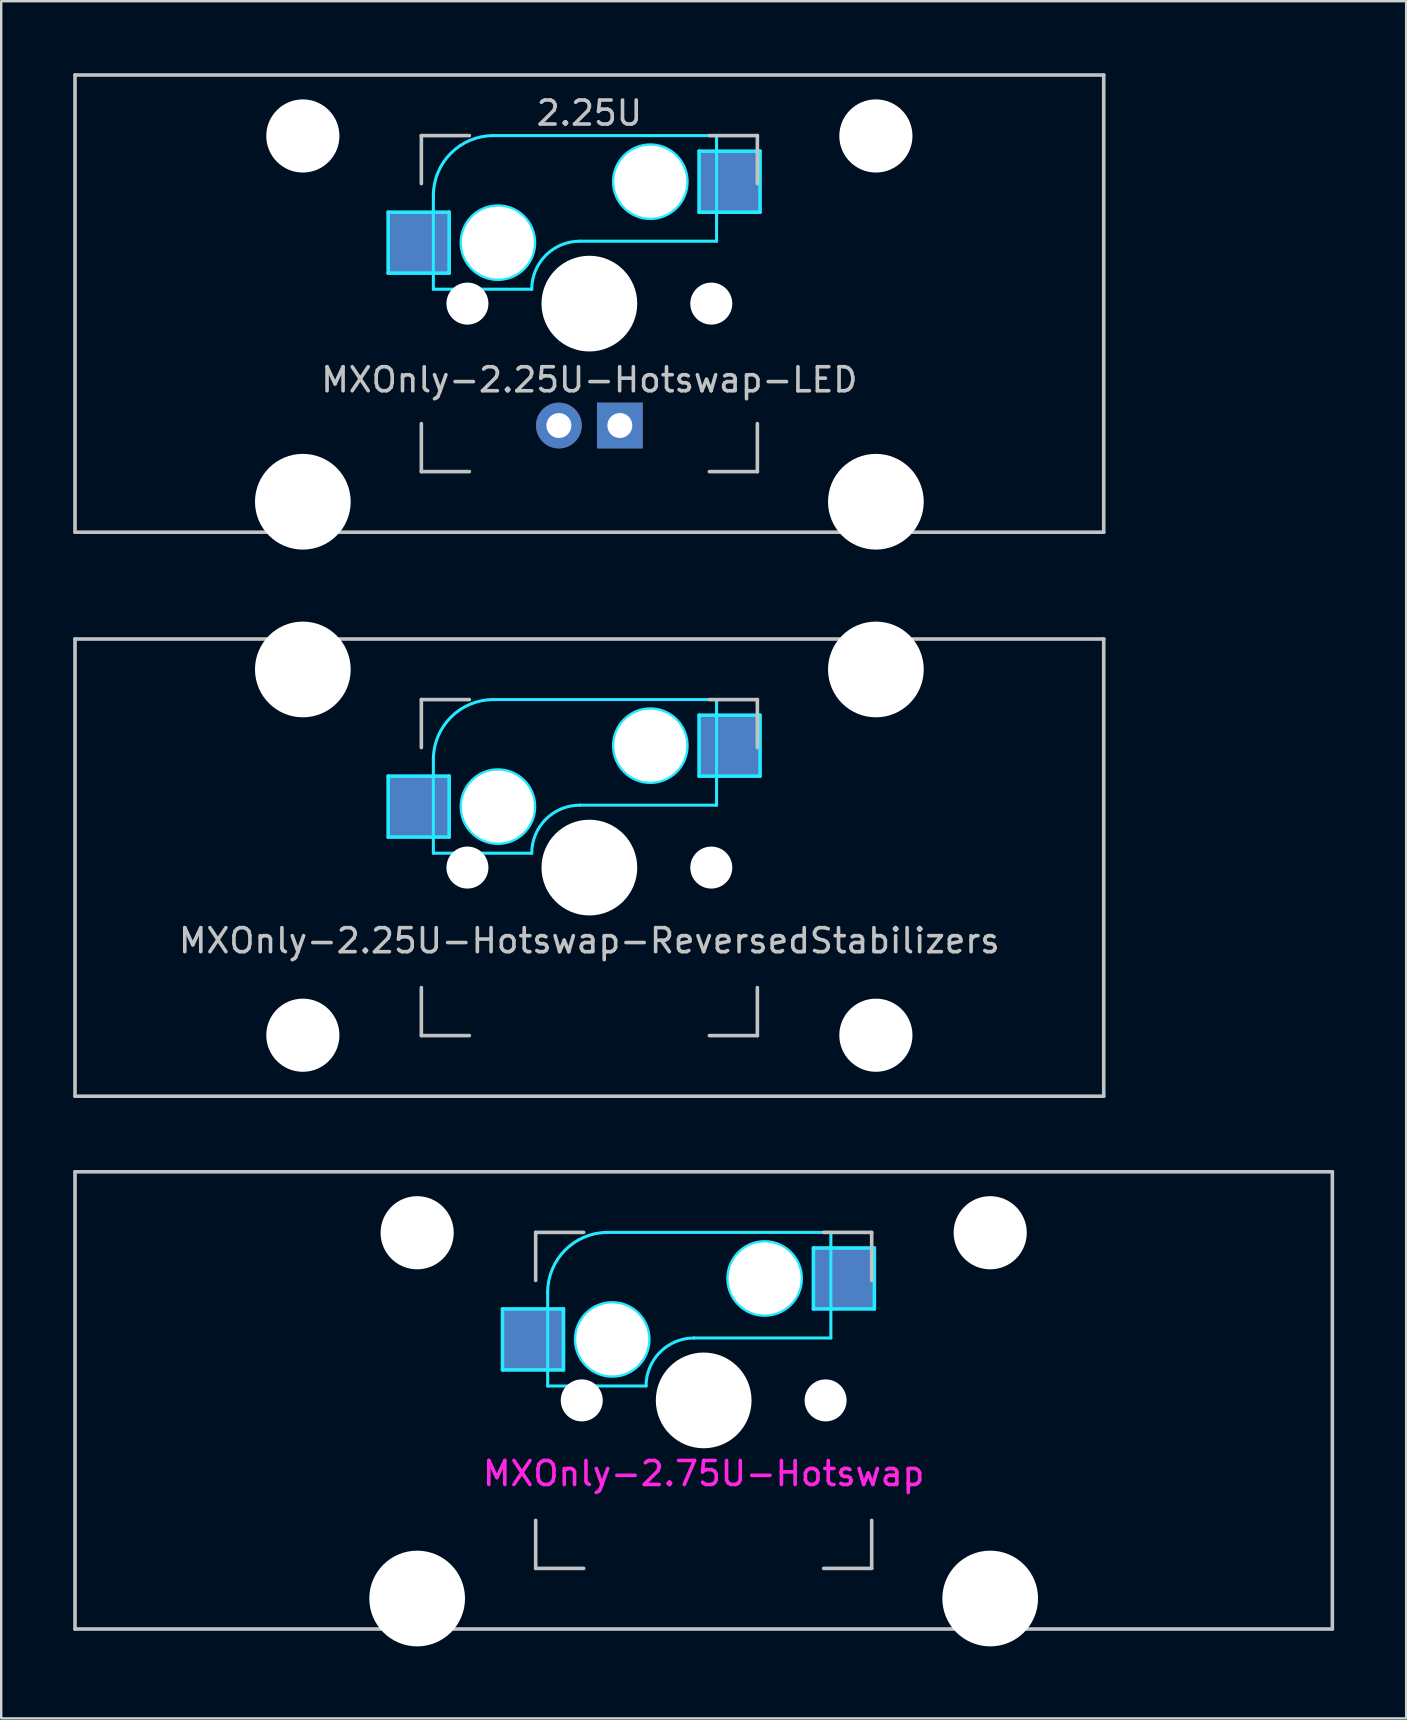
<source format=kicad_pcb>
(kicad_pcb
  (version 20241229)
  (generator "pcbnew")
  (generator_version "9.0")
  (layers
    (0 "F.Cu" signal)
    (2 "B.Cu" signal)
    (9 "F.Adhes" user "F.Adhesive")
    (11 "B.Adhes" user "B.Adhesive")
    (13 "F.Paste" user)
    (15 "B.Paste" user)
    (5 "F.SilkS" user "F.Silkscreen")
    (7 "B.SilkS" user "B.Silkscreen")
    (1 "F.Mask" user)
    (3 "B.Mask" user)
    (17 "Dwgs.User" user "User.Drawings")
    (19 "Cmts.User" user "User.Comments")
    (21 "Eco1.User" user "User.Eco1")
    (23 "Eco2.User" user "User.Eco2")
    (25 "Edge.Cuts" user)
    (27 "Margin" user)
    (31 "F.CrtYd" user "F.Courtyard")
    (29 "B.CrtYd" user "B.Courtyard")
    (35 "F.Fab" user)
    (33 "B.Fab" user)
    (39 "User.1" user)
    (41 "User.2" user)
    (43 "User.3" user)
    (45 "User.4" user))
  (footprint "MXOnly-2.75U-Hotswap"
    (layer "F.Cu")
    (at 26.269 55.298)
    (property "Reference" "MXOnly-2.75U-Hotswap" (at 0 3.048 0) (layer "F.CrtYd") (effects (font (size 1 1) (thickness 0.15))))
    (attr smd)
    (fp_line (start -26.194 -9.525) (end 26.194 -9.525) (stroke (width 0.15) (type solid)) (layer "Dwgs.User"))
    (fp_line (start -26.194 9.525) (end -26.194 -9.525) (stroke (width 0.15) (type solid)) (layer "Dwgs.User"))
    (fp_line (start -7 -7) (end -7 -5) (stroke (width 0.15) (type solid)) (layer "Dwgs.User"))
    (fp_line (start -7 5) (end -7 7) (stroke (width 0.15) (type solid)) (layer "Dwgs.User"))
    (fp_line (start -7 7) (end -5 7) (stroke (width 0.15) (type solid)) (layer "Dwgs.User"))
    (fp_line (start -5 -7) (end -7 -7) (stroke (width 0.15) (type solid)) (layer "Dwgs.User"))
    (fp_line (start 5 -7) (end 7 -7) (stroke (width 0.15) (type solid)) (layer "Dwgs.User"))
    (fp_line (start 5 7) (end 7 7) (stroke (width 0.15) (type solid)) (layer "Dwgs.User"))
    (fp_line (start 7 -7) (end 7 -5) (stroke (width 0.15) (type solid)) (layer "Dwgs.User"))
    (fp_line (start 7 7) (end 7 5) (stroke (width 0.15) (type solid)) (layer "Dwgs.User"))
    (fp_line (start 26.194 -9.525) (end 26.194 9.525) (stroke (width 0.15) (type solid)) (layer "Dwgs.User"))
    (fp_line (start 26.194 9.525) (end -26.194 9.525) (stroke (width 0.15) (type solid)) (layer "Dwgs.User"))
    (fp_line (start -8.382 -3.81) (end -5.842 -3.81) (stroke (width 0.15) (type solid)) (layer "B.CrtYd"))
    (fp_line (start -8.382 -1.27) (end -8.382 -3.81) (stroke (width 0.15) (type solid)) (layer "B.CrtYd"))
    (fp_line (start -6.5 -4.5) (end -6.5 -0.6) (stroke (width 0.127) (type solid)) (layer "B.CrtYd"))
    (fp_line (start -6.5 -0.6) (end -2.4 -0.6) (stroke (width 0.127) (type solid)) (layer "B.CrtYd"))
    (fp_line (start -5.842 -3.81) (end -5.842 -1.27) (stroke (width 0.15) (type solid)) (layer "B.CrtYd"))
    (fp_line (start -5.842 -1.27) (end -8.382 -1.27) (stroke (width 0.15) (type solid)) (layer "B.CrtYd"))
    (fp_line (start -0.4 -2.6) (end 5.3 -2.6) (stroke (width 0.127) (type solid)) (layer "B.CrtYd"))
    (fp_line (start 4.572 -6.35) (end 7.112 -6.35) (stroke (width 0.15) (type solid)) (layer "B.CrtYd"))
    (fp_line (start 4.572 -3.81) (end 4.572 -6.35) (stroke (width 0.15) (type solid)) (layer "B.CrtYd"))
    (fp_line (start 5.3 -7) (end -4 -7) (stroke (width 0.127) (type solid)) (layer "B.CrtYd"))
    (fp_line (start 5.3 -7) (end 5.3 -2.6) (stroke (width 0.127) (type solid)) (layer "B.CrtYd"))
    (fp_line (start 7.112 -6.35) (end 7.112 -3.81) (stroke (width 0.15) (type solid)) (layer "B.CrtYd"))
    (fp_line (start 7.112 -3.81) (end 4.572 -3.81) (stroke (width 0.15) (type solid)) (layer "B.CrtYd"))
    (fp_arc (start -6.5 -4.5) (mid -5.767767 -6.267767) (end -4 -7) (stroke (width 0.127) (type solid)) (layer "B.CrtYd"))
    (fp_arc (start -2.4 -0.6) (mid -1.814214 -2.014214) (end -0.4 -2.6) (stroke (width 0.127) (type solid)) (layer "B.CrtYd"))
    (fp_circle (center -3.81 -2.54) (end -3.81 -4.064) (stroke (width 0.15) (type solid)) (fill no) (layer "B.CrtYd"))
    (fp_circle (center 2.54 -5.08) (end 2.54 -6.604) (stroke (width 0.15) (type solid)) (fill no) (layer "B.CrtYd"))
    (pad "" np_thru_hole circle (at -11.938 -6.985) (size 3.048 3.048) (drill 3.048) (layers "*.Cu" "*.Mask"))
    (pad "" np_thru_hole circle (at -11.938 8.255) (size 3.988 3.988) (drill 3.988) (layers "*.Cu" "*.Mask"))
    (pad "" np_thru_hole circle (at -5.08 0 48.1) (size 1.75 1.75) (drill 1.75) (layers "*.Cu" "*.Mask"))
    (pad "" np_thru_hole circle (at -3.81 -2.54) (size 3 3) (drill 3) (layers "*.Cu" "*.Mask"))
    (pad "" np_thru_hole circle (at 0 0) (size 3.988 3.988) (drill 3.988) (layers "*.Cu" "*.Mask"))
    (pad "" np_thru_hole circle (at 2.54 -5.08) (size 3 3) (drill 3) (layers "*.Cu" "*.Mask"))
    (pad "" np_thru_hole circle (at 5.08 0 48.1) (size 1.75 1.75) (drill 1.75) (layers "*.Cu" "*.Mask"))
    (pad "" np_thru_hole circle (at 11.938 -6.985) (size 3.048 3.048) (drill 3.048) (layers "*.Cu" "*.Mask"))
    (pad "" np_thru_hole circle (at 11.938 8.255) (size 3.988 3.988) (drill 3.988) (layers "*.Cu" "*.Mask"))
    (pad "1" smd rect (at -7.085 -2.54) (size 2.55 2.5) (layers "B.Cu" "B.Mask" "B.Paste"))
    (pad "2" smd rect (at 5.842 -5.08) (size 2.55 2.5) (layers "B.Cu" "B.Mask" "B.Paste")))
  (footprint "MXOnly-2.25U-Hotswap-LED"
    (layer "F.Cu")
    (at 21.506 9.6)
    (property "Reference" "MXOnly-2.25U-Hotswap-LED" (at 0 3.175 0) (layer "Dwgs.User") (effects (font (size 1 1) (thickness 0.15))))
    (attr through_hole)
    (fp_line (start -21.431 -9.525) (end 21.431 -9.525) (stroke (width 0.15) (type solid)) (layer "Dwgs.User"))
    (fp_line (start -21.431 9.525) (end -21.431 -9.525) (stroke (width 0.15) (type solid)) (layer "Dwgs.User"))
    (fp_line (start -7 -7) (end -7 -5) (stroke (width 0.15) (type solid)) (layer "Dwgs.User"))
    (fp_line (start -7 5) (end -7 7) (stroke (width 0.15) (type solid)) (layer "Dwgs.User"))
    (fp_line (start -7 7) (end -5 7) (stroke (width 0.15) (type solid)) (layer "Dwgs.User"))
    (fp_line (start -5 -7) (end -7 -7) (stroke (width 0.15) (type solid)) (layer "Dwgs.User"))
    (fp_line (start 5 -7) (end 7 -7) (stroke (width 0.15) (type solid)) (layer "Dwgs.User"))
    (fp_line (start 5 7) (end 7 7) (stroke (width 0.15) (type solid)) (layer "Dwgs.User"))
    (fp_line (start 7 -7) (end 7 -5) (stroke (width 0.15) (type solid)) (layer "Dwgs.User"))
    (fp_line (start 7 7) (end 7 5) (stroke (width 0.15) (type solid)) (layer "Dwgs.User"))
    (fp_line (start 21.431 -9.525) (end 21.431 9.525) (stroke (width 0.15) (type solid)) (layer "Dwgs.User"))
    (fp_line (start 21.431 9.525) (end -21.431 9.525) (stroke (width 0.15) (type solid)) (layer "Dwgs.User"))
    (fp_line (start -8.382 -3.81) (end -5.842 -3.81) (stroke (width 0.15) (type solid)) (layer "B.CrtYd"))
    (fp_line (start -8.382 -1.27) (end -8.382 -3.81) (stroke (width 0.15) (type solid)) (layer "B.CrtYd"))
    (fp_line (start -6.5 -4.5) (end -6.5 -0.6) (stroke (width 0.127) (type solid)) (layer "B.CrtYd"))
    (fp_line (start -6.5 -0.6) (end -2.4 -0.6) (stroke (width 0.127) (type solid)) (layer "B.CrtYd"))
    (fp_line (start -5.842 -3.81) (end -5.842 -1.27) (stroke (width 0.15) (type solid)) (layer "B.CrtYd"))
    (fp_line (start -5.842 -1.27) (end -8.382 -1.27) (stroke (width 0.15) (type solid)) (layer "B.CrtYd"))
    (fp_line (start -0.4 -2.6) (end 5.3 -2.6) (stroke (width 0.127) (type solid)) (layer "B.CrtYd"))
    (fp_line (start 4.572 -6.35) (end 7.112 -6.35) (stroke (width 0.15) (type solid)) (layer "B.CrtYd"))
    (fp_line (start 4.572 -3.81) (end 4.572 -6.35) (stroke (width 0.15) (type solid)) (layer "B.CrtYd"))
    (fp_line (start 5.3 -7) (end -4 -7) (stroke (width 0.127) (type solid)) (layer "B.CrtYd"))
    (fp_line (start 5.3 -7) (end 5.3 -2.6) (stroke (width 0.127) (type solid)) (layer "B.CrtYd"))
    (fp_line (start 7.112 -6.35) (end 7.112 -3.81) (stroke (width 0.15) (type solid)) (layer "B.CrtYd"))
    (fp_line (start 7.112 -3.81) (end 4.572 -3.81) (stroke (width 0.15) (type solid)) (layer "B.CrtYd"))
    (fp_arc (start -6.5 -4.5) (mid -5.767767 -6.267767) (end -4 -7) (stroke (width 0.127) (type solid)) (layer "B.CrtYd"))
    (fp_arc (start -2.4 -0.6) (mid -1.814214 -2.014214) (end -0.4 -2.6) (stroke (width 0.127) (type solid)) (layer "B.CrtYd"))
    (fp_circle (center -3.81 -2.54) (end -3.81 -4.064) (stroke (width 0.15) (type solid)) (fill no) (layer "B.CrtYd"))
    (fp_circle (center 2.54 -5.08) (end 2.54 -6.604) (stroke (width 0.15) (type solid)) (fill no) (layer "B.CrtYd"))
    (fp_text user "2.25U" (at 0 -7.938 0) (layer "Dwgs.User") (effects (font (size 1 1) (thickness 0.15))))
    (pad "" np_thru_hole circle (at -11.938 -6.985) (size 3.048 3.048) (drill 3.048) (layers "*.Cu" "*.Mask"))
    (pad "" np_thru_hole circle (at -11.938 8.255) (size 3.988 3.988) (drill 3.988) (layers "*.Cu" "*.Mask"))
    (pad "" np_thru_hole circle (at -5.08 0 48.1) (size 1.75 1.75) (drill 1.75) (layers "*.Cu" "*.Mask"))
    (pad "" np_thru_hole circle (at -3.81 -2.54) (size 3 3) (drill 3) (layers "*.Cu" "*.Mask"))
    (pad "" np_thru_hole circle (at 0 0) (size 3.988 3.988) (drill 3.988) (layers "*.Cu" "*.Mask"))
    (pad "" np_thru_hole circle (at 2.54 -5.08) (size 3 3) (drill 3) (layers "*.Cu" "*.Mask"))
    (pad "" np_thru_hole circle (at 5.08 0 48.1) (size 1.75 1.75) (drill 1.75) (layers "*.Cu" "*.Mask"))
    (pad "" np_thru_hole circle (at 11.938 -6.985) (size 3.048 3.048) (drill 3.048) (layers "*.Cu" "*.Mask"))
    (pad "" np_thru_hole circle (at 11.938 8.255) (size 3.988 3.988) (drill 3.988) (layers "*.Cu" "*.Mask"))
    (pad "1" smd rect (at -7.085 -2.54) (size 2.55 2.5) (layers "B.Cu" "B.Mask" "B.Paste"))
    (pad "2" smd rect (at 5.842 -5.08) (size 2.55 2.5) (layers "B.Cu" "B.Mask" "B.Paste"))
    (pad "3" thru_hole circle (at -1.27 5.08) (size 1.905 1.905) (drill 1.04) (layers "*.Cu" "B.Mask"))
    (pad "4" thru_hole rect (at 1.27 5.08) (size 1.905 1.905) (drill 1.04) (layers "*.Cu" "B.Mask")))
  (footprint "MXOnly-2.25U-Hotswap-ReversedStabilizers"
    (layer "F.Cu")
    (at 21.506 33.098)
    (property "Reference" "MXOnly-2.25U-Hotswap-ReversedStabilizers" (at 0 3.048 0) (layer "Dwgs.User") (effects (font (size 1 1) (thickness 0.15))))
    (attr smd)
    (fp_line (start -21.431 -9.525) (end 21.431 -9.525) (stroke (width 0.15) (type solid)) (layer "Dwgs.User"))
    (fp_line (start -21.431 9.525) (end -21.431 -9.525) (stroke (width 0.15) (type solid)) (layer "Dwgs.User"))
    (fp_line (start -7 -7) (end -7 -5) (stroke (width 0.15) (type solid)) (layer "Dwgs.User"))
    (fp_line (start -7 5) (end -7 7) (stroke (width 0.15) (type solid)) (layer "Dwgs.User"))
    (fp_line (start -7 7) (end -5 7) (stroke (width 0.15) (type solid)) (layer "Dwgs.User"))
    (fp_line (start -5 -7) (end -7 -7) (stroke (width 0.15) (type solid)) (layer "Dwgs.User"))
    (fp_line (start 5 -7) (end 7 -7) (stroke (width 0.15) (type solid)) (layer "Dwgs.User"))
    (fp_line (start 5 7) (end 7 7) (stroke (width 0.15) (type solid)) (layer "Dwgs.User"))
    (fp_line (start 7 -7) (end 7 -5) (stroke (width 0.15) (type solid)) (layer "Dwgs.User"))
    (fp_line (start 7 7) (end 7 5) (stroke (width 0.15) (type solid)) (layer "Dwgs.User"))
    (fp_line (start 21.431 -9.525) (end 21.431 9.525) (stroke (width 0.15) (type solid)) (layer "Dwgs.User"))
    (fp_line (start 21.431 9.525) (end -21.431 9.525) (stroke (width 0.15) (type solid)) (layer "Dwgs.User"))
    (fp_line (start -8.382 -3.81) (end -5.842 -3.81) (stroke (width 0.15) (type solid)) (layer "B.CrtYd"))
    (fp_line (start -8.382 -1.27) (end -8.382 -3.81) (stroke (width 0.15) (type solid)) (layer "B.CrtYd"))
    (fp_line (start -6.5 -4.5) (end -6.5 -0.6) (stroke (width 0.127) (type solid)) (layer "B.CrtYd"))
    (fp_line (start -6.5 -0.6) (end -2.4 -0.6) (stroke (width 0.127) (type solid)) (layer "B.CrtYd"))
    (fp_line (start -5.842 -3.81) (end -5.842 -1.27) (stroke (width 0.15) (type solid)) (layer "B.CrtYd"))
    (fp_line (start -5.842 -1.27) (end -8.382 -1.27) (stroke (width 0.15) (type solid)) (layer "B.CrtYd"))
    (fp_line (start -0.4 -2.6) (end 5.3 -2.6) (stroke (width 0.127) (type solid)) (layer "B.CrtYd"))
    (fp_line (start 4.572 -6.35) (end 7.112 -6.35) (stroke (width 0.15) (type solid)) (layer "B.CrtYd"))
    (fp_line (start 4.572 -3.81) (end 4.572 -6.35) (stroke (width 0.15) (type solid)) (layer "B.CrtYd"))
    (fp_line (start 5.3 -7) (end -4 -7) (stroke (width 0.127) (type solid)) (layer "B.CrtYd"))
    (fp_line (start 5.3 -7) (end 5.3 -2.6) (stroke (width 0.127) (type solid)) (layer "B.CrtYd"))
    (fp_line (start 7.112 -6.35) (end 7.112 -3.81) (stroke (width 0.15) (type solid)) (layer "B.CrtYd"))
    (fp_line (start 7.112 -3.81) (end 4.572 -3.81) (stroke (width 0.15) (type solid)) (layer "B.CrtYd"))
    (fp_arc (start -6.5 -4.5) (mid -5.767767 -6.267767) (end -4 -7) (stroke (width 0.127) (type solid)) (layer "B.CrtYd"))
    (fp_arc (start -2.4 -0.6) (mid -1.814214 -2.014214) (end -0.4 -2.6) (stroke (width 0.127) (type solid)) (layer "B.CrtYd"))
    (fp_circle (center -3.81 -2.54) (end -3.81 -4.064) (stroke (width 0.15) (type solid)) (fill no) (layer "B.CrtYd"))
    (fp_circle (center 2.54 -5.08) (end 2.54 -6.604) (stroke (width 0.15) (type solid)) (fill no) (layer "B.CrtYd"))
    (pad "" np_thru_hole circle (at -11.938 -8.255) (size 3.988 3.988) (drill 3.988) (layers "*.Cu" "*.Mask"))
    (pad "" np_thru_hole circle (at -11.938 6.985) (size 3.048 3.048) (drill 3.048) (layers "*.Cu" "*.Mask"))
    (pad "" np_thru_hole circle (at -5.08 0 48.1) (size 1.75 1.75) (drill 1.75) (layers "*.Cu" "*.Mask"))
    (pad "" np_thru_hole circle (at -3.81 -2.54) (size 3 3) (drill 3) (layers "*.Cu" "*.Mask"))
    (pad "" np_thru_hole circle (at 0 0) (size 3.988 3.988) (drill 3.988) (layers "*.Cu" "*.Mask"))
    (pad "" np_thru_hole circle (at 2.54 -5.08) (size 3 3) (drill 3) (layers "*.Cu" "*.Mask"))
    (pad "" np_thru_hole circle (at 5.08 0 48.1) (size 1.75 1.75) (drill 1.75) (layers "*.Cu" "*.Mask"))
    (pad "" np_thru_hole circle (at 11.938 -8.255) (size 3.988 3.988) (drill 3.988) (layers "*.Cu" "*.Mask"))
    (pad "" np_thru_hole circle (at 11.938 6.985) (size 3.048 3.048) (drill 3.048) (layers "*.Cu" "*.Mask"))
    (pad "1" smd rect (at -7.085 -2.54) (size 2.55 2.5) (layers "B.Cu" "B.Mask" "B.Paste"))
    (pad "2" smd rect (at 5.842 -5.08) (size 2.55 2.5) (layers "B.Cu" "B.Mask" "B.Paste")))
  (gr_rect
    (start -3 -3)
    (end 55.538 68.547)
    (stroke (width 0.1) (type default))
    (fill no)
    (layer "Edge.Cuts")))
</source>
